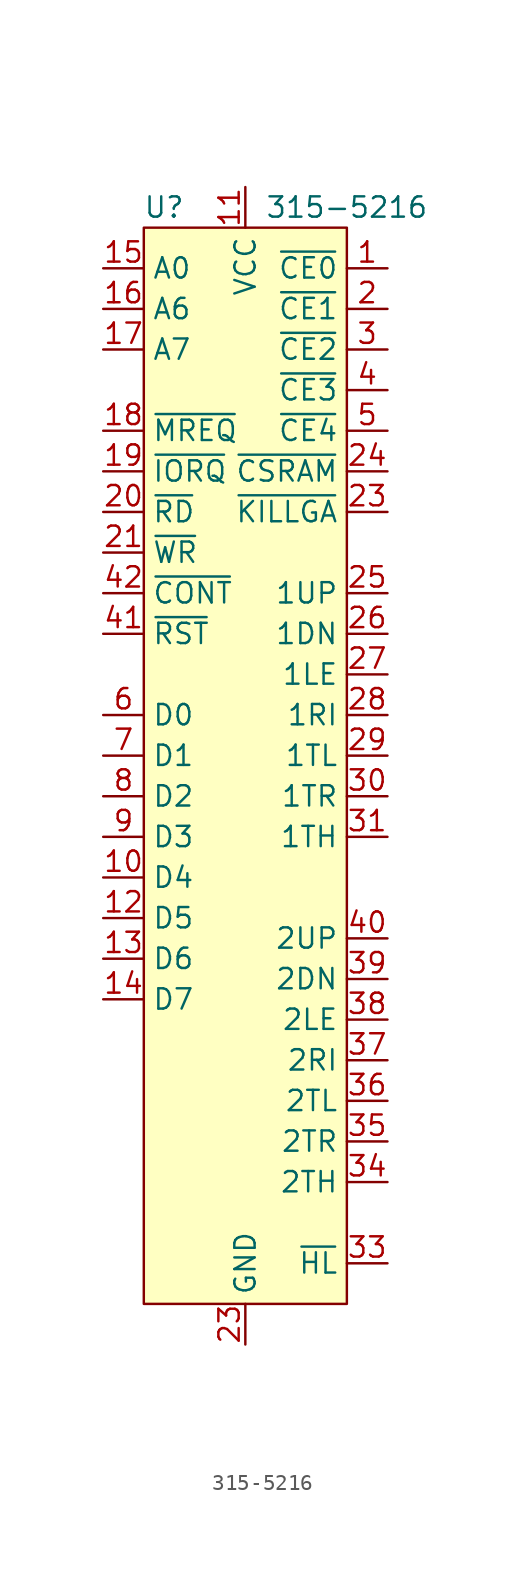
<source format=kicad_sym>
(kicad_symbol_lib
  (version 20211014)
  (generator kicad_symbol_editor)
  (symbol "315-5216"
    (property "Reference" "U"
      (at -5.08 31.75 0)
      (effects (font (size 1.27 1.27))))
    (property "Value" "315-5216"
      (at 6.35 31.75 0)
      (effects (font (size 1.27 1.27))))
    (symbol "315-5216_0_1"
      (rectangle (start -6.35 30.48) (end 6.35 -36.83) (stroke (width 0) (type default) (color 0 0 0 0)) (fill (type background))))
    (symbol "315-5216_1_1"
      (pin output line (at 8.89 27.94 180) (length 2.54) (name "~{CE0}" (effects (font (size 1.27 1.27)))) (number "1" (effects (font (size 1.27 1.27)))))
      (pin bidirectional line (at -8.89 -10.16 0) (length 2.54) (name "D4" (effects (font (size 1.27 1.27)))) (number "10" (effects (font (size 1.27 1.27)))))
      (pin power_in line (at 0 33.02 270) (length 2.54) (name "VCC" (effects (font (size 1.27 1.27)))) (number "11" (effects (font (size 1.27 1.27)))))
      (pin bidirectional line (at -8.89 -12.7 0) (length 2.54) (name "D5" (effects (font (size 1.27 1.27)))) (number "12" (effects (font (size 1.27 1.27)))))
      (pin bidirectional line (at -8.89 -15.24 0) (length 2.54) (name "D6" (effects (font (size 1.27 1.27)))) (number "13" (effects (font (size 1.27 1.27)))))
      (pin bidirectional line (at -8.89 -17.78 0) (length 2.54) (name "D7" (effects (font (size 1.27 1.27)))) (number "14" (effects (font (size 1.27 1.27)))))
      (pin input line (at -8.89 27.94 0) (length 2.54) (name "A0" (effects (font (size 1.27 1.27)))) (number "15" (effects (font (size 1.27 1.27)))))
      (pin input line (at -8.89 25.4 0) (length 2.54) (name "A6" (effects (font (size 1.27 1.27)))) (number "16" (effects (font (size 1.27 1.27)))))
      (pin input line (at -8.89 22.86 0) (length 2.54) (name "A7" (effects (font (size 1.27 1.27)))) (number "17" (effects (font (size 1.27 1.27)))))
      (pin input line (at -8.89 17.78 0) (length 2.54) (name "~{MREQ}" (effects (font (size 1.27 1.27)))) (number "18" (effects (font (size 1.27 1.27)))))
      (pin input line (at -8.89 15.24 0) (length 2.54) (name "~{IORQ}" (effects (font (size 1.27 1.27)))) (number "19" (effects (font (size 1.27 1.27)))))
      (pin output line (at 8.89 25.4 180) (length 2.54) (name "~{CE1}" (effects (font (size 1.27 1.27)))) (number "2" (effects (font (size 1.27 1.27)))))
      (pin input line (at -8.89 12.7 0) (length 2.54) (name "~{RD}" (effects (font (size 1.27 1.27)))) (number "20" (effects (font (size 1.27 1.27)))))
      (pin input line (at -8.89 10.16 0) (length 2.54) (name "~{WR}" (effects (font (size 1.27 1.27)))) (number "21" (effects (font (size 1.27 1.27)))))
      (pin no_connect line (at -8.89 -34.29 0) (length 2.54) hide (name "NC" (effects (font (size 1.27 1.27)))) (number "22" (effects (font (size 1.27 1.27)))))
      (pin power_in line (at 0 -39.37 90) (length 2.54) (name "GND" (effects (font (size 1.27 1.27)))) (number "23" (effects (font (size 1.27 1.27)))))
      (pin output line (at 8.89 12.7 180) (length 2.54) (name "~{KILLGA}" (effects (font (size 1.27 1.27)))) (number "23" (effects (font (size 1.27 1.27)))))
      (pin output line (at 8.89 15.24 180) (length 2.54) (name "~{CSRAM}" (effects (font (size 1.27 1.27)))) (number "24" (effects (font (size 1.27 1.27)))))
      (pin input line (at 8.89 7.62 180) (length 2.54) (name "1UP" (effects (font (size 1.27 1.27)))) (number "25" (effects (font (size 1.27 1.27)))))
      (pin input line (at 8.89 5.08 180) (length 2.54) (name "1DN" (effects (font (size 1.27 1.27)))) (number "26" (effects (font (size 1.27 1.27)))))
      (pin input line (at 8.89 2.54 180) (length 2.54) (name "1LE" (effects (font (size 1.27 1.27)))) (number "27" (effects (font (size 1.27 1.27)))))
      (pin input line (at 8.89 0 180) (length 2.54) (name "1RI" (effects (font (size 1.27 1.27)))) (number "28" (effects (font (size 1.27 1.27)))))
      (pin input line (at 8.89 -2.54 180) (length 2.54) (name "1TL" (effects (font (size 1.27 1.27)))) (number "29" (effects (font (size 1.27 1.27)))))
      (pin output line (at 8.89 22.86 180) (length 2.54) (name "~{CE2}" (effects (font (size 1.27 1.27)))) (number "3" (effects (font (size 1.27 1.27)))))
      (pin input line (at 8.89 -5.08 180) (length 2.54) (name "1TR" (effects (font (size 1.27 1.27)))) (number "30" (effects (font (size 1.27 1.27)))))
      (pin bidirectional line (at 8.89 -7.62 180) (length 2.54) (name "1TH" (effects (font (size 1.27 1.27)))) (number "31" (effects (font (size 1.27 1.27)))))
      (pin input line (at 8.89 -34.29 180) (length 2.54) (name "~{HL}" (effects (font (size 1.27 1.27)))) (number "33" (effects (font (size 1.27 1.27)))))
      (pin bidirectional line (at 8.89 -29.21 180) (length 2.54) (name "2TH" (effects (font (size 1.27 1.27)))) (number "34" (effects (font (size 1.27 1.27)))))
      (pin input line (at 8.89 -26.67 180) (length 2.54) (name "2TR" (effects (font (size 1.27 1.27)))) (number "35" (effects (font (size 1.27 1.27)))))
      (pin input line (at 8.89 -24.13 180) (length 2.54) (name "2TL" (effects (font (size 1.27 1.27)))) (number "36" (effects (font (size 1.27 1.27)))))
      (pin input line (at 8.89 -21.59 180) (length 2.54) (name "2RI" (effects (font (size 1.27 1.27)))) (number "37" (effects (font (size 1.27 1.27)))))
      (pin input line (at 8.89 -19.05 180) (length 2.54) (name "2LE" (effects (font (size 1.27 1.27)))) (number "38" (effects (font (size 1.27 1.27)))))
      (pin input line (at 8.89 -16.51 180) (length 2.54) (name "2DN" (effects (font (size 1.27 1.27)))) (number "39" (effects (font (size 1.27 1.27)))))
      (pin output line (at 8.89 20.32 180) (length 2.54) (name "~{CE3}" (effects (font (size 1.27 1.27)))) (number "4" (effects (font (size 1.27 1.27)))))
      (pin input line (at 8.89 -13.97 180) (length 2.54) (name "2UP" (effects (font (size 1.27 1.27)))) (number "40" (effects (font (size 1.27 1.27)))))
      (pin input line (at -8.89 5.08 0) (length 2.54) (name "~{RST}" (effects (font (size 1.27 1.27)))) (number "41" (effects (font (size 1.27 1.27)))))
      (pin input line (at -8.89 7.62 0) (length 2.54) (name "~{CONT}" (effects (font (size 1.27 1.27)))) (number "42" (effects (font (size 1.27 1.27)))))
      (pin output line (at 8.89 17.78 180) (length 2.54) (name "~{CE4}" (effects (font (size 1.27 1.27)))) (number "5" (effects (font (size 1.27 1.27)))))
      (pin bidirectional line (at -8.89 0 0) (length 2.54) (name "D0" (effects (font (size 1.27 1.27)))) (number "6" (effects (font (size 1.27 1.27)))))
      (pin bidirectional line (at -8.89 -2.54 0) (length 2.54) (name "D1" (effects (font (size 1.27 1.27)))) (number "7" (effects (font (size 1.27 1.27)))))
      (pin bidirectional line (at -8.89 -5.08 0) (length 2.54) (name "D2" (effects (font (size 1.27 1.27)))) (number "8" (effects (font (size 1.27 1.27)))))
      (pin bidirectional line (at -8.89 -7.62 0) (length 2.54) (name "D3" (effects (font (size 1.27 1.27)))) (number "9" (effects (font (size 1.27 1.27))))))))
</source>
